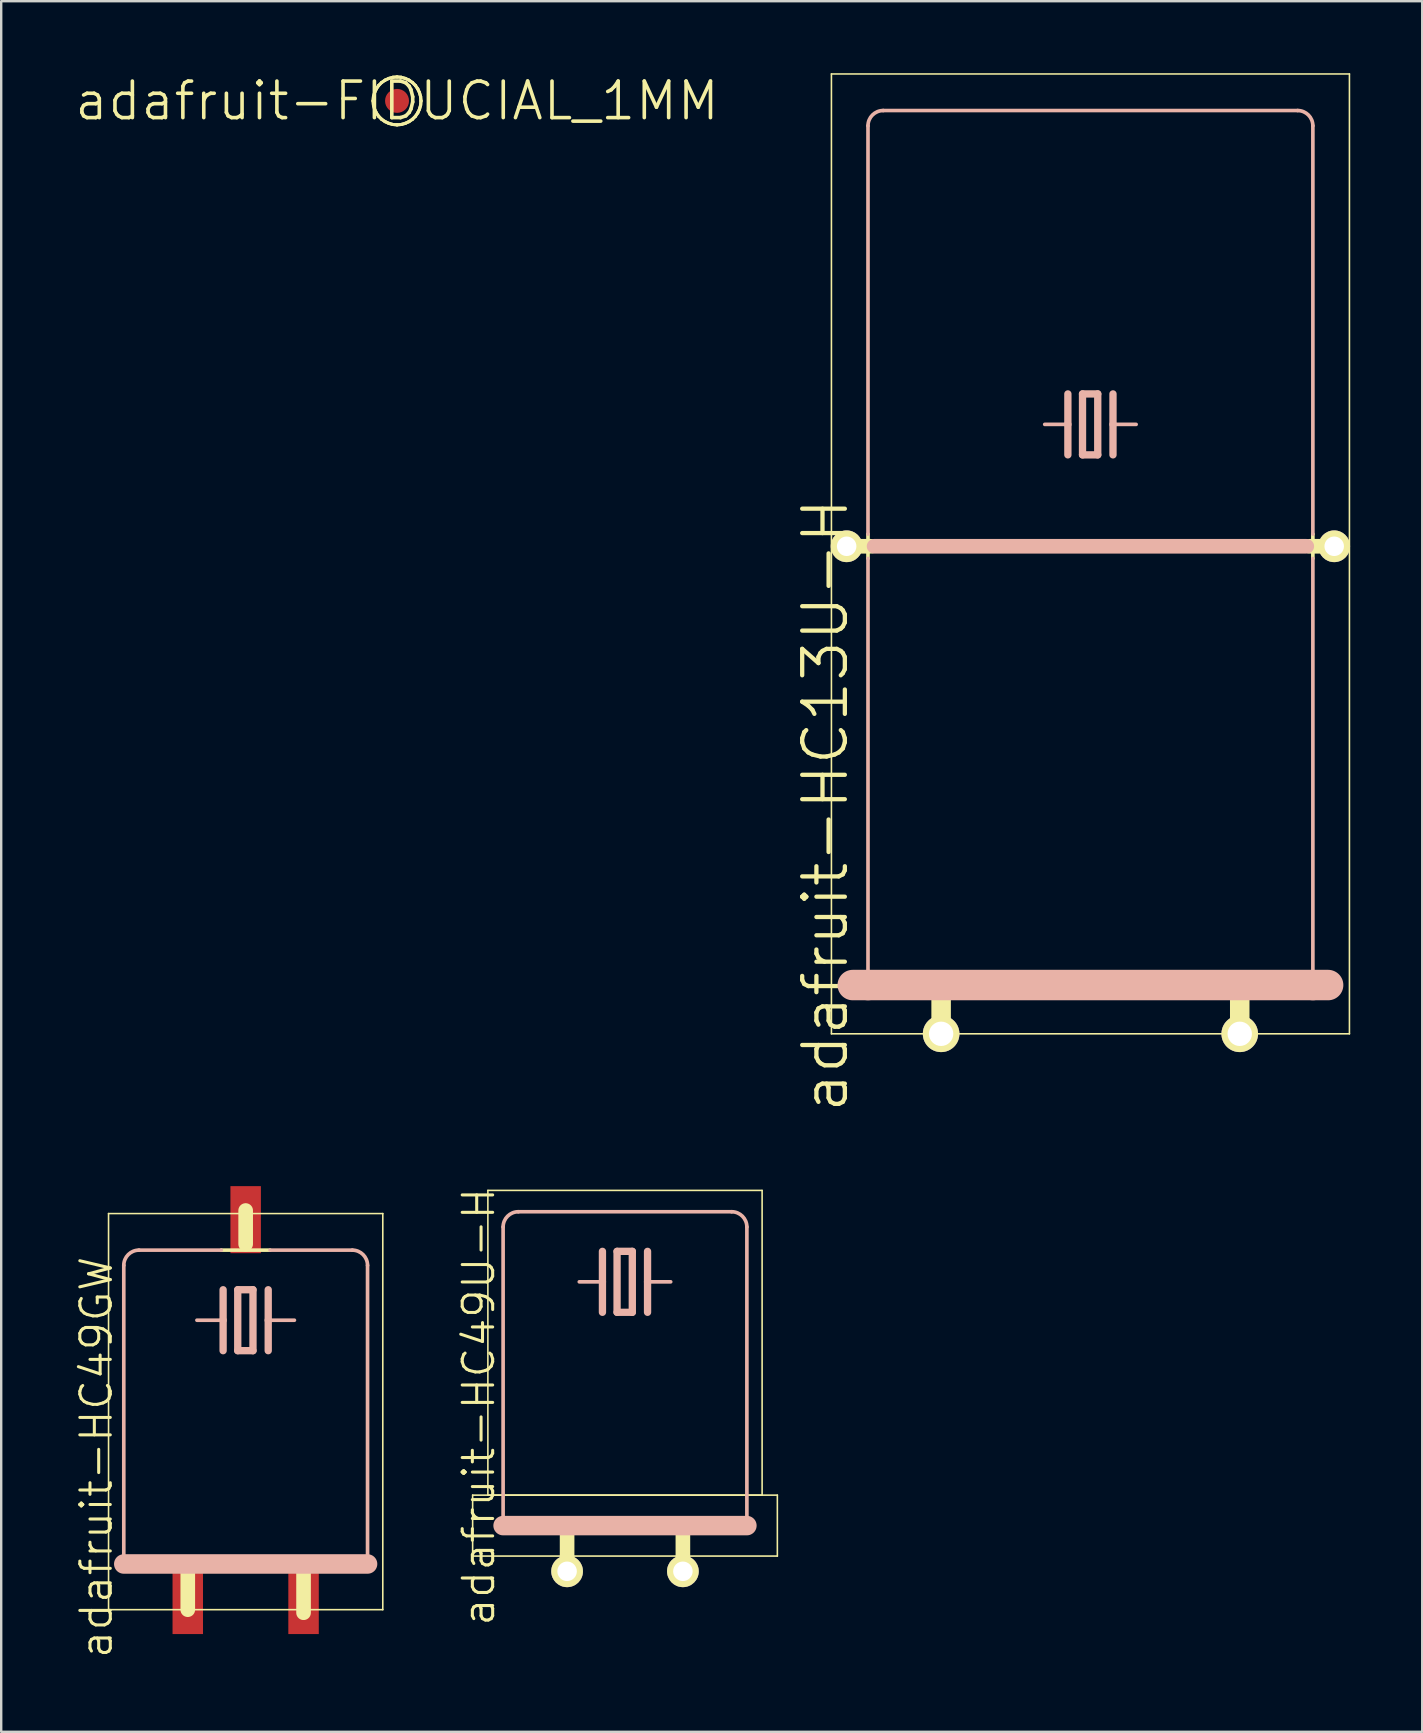
<source format=kicad_pcb>
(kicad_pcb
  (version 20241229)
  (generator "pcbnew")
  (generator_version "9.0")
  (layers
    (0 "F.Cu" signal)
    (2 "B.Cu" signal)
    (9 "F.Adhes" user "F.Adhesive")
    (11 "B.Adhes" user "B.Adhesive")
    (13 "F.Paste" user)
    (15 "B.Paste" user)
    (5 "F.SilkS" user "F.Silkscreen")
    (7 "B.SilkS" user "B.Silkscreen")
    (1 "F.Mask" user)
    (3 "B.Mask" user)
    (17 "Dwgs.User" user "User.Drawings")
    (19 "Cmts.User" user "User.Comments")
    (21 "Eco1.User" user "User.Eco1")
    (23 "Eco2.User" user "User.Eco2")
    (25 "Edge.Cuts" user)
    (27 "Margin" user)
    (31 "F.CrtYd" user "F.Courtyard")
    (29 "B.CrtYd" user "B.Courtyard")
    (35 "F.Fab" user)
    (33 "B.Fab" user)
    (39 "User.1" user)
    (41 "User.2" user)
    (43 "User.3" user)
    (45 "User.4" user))
  (footprint "adafruit-HC13U-H"
    (layer "F.Cu")
    (at 42.398 34.958)
    (property "Reference" "adafruit-HC13U-H" (at -11.049 -4.445 90) (layer "F.SilkS") (effects (font (size 1.778 1.778) (thickness 0.178))))
    (attr exclude_from_pos_files exclude_from_bom)
    (fp_line (start -10.795 -34.925) (end 10.795 -34.925) (stroke (width 0.066) (type solid)) (layer "F.SilkS"))
    (fp_line (start -10.795 5.08) (end -10.795 -34.925) (stroke (width 0.066) (type solid)) (layer "F.SilkS"))
    (fp_line (start -10.795 5.08) (end 10.795 5.08) (stroke (width 0.066) (type solid)) (layer "F.SilkS"))
    (fp_line (start -10.16 -15.24) (end -9.144 -15.24) (stroke (width 0.61) (type solid)) (layer "F.SilkS"))
    (fp_line (start -9.271 -15.748) (end -9.271 -14.732) (stroke (width 0.152) (type solid)) (layer "F.SilkS"))
    (fp_line (start -6.223 3.175) (end -6.223 5.08) (stroke (width 0.813) (type solid)) (layer "F.SilkS"))
    (fp_line (start 6.223 3.175) (end 6.223 5.08) (stroke (width 0.813) (type solid)) (layer "F.SilkS"))
    (fp_line (start 9.144 -15.24) (end 10.16 -15.24) (stroke (width 0.61) (type solid)) (layer "F.SilkS"))
    (fp_line (start 9.271 -15.748) (end 9.271 -14.732) (stroke (width 0.152) (type solid)) (layer "F.SilkS"))
    (fp_line (start 10.795 5.08) (end 10.795 -34.925) (stroke (width 0.066) (type solid)) (layer "F.SilkS"))
    (fp_line (start -9.906 3.048) (end -9.271 3.048) (stroke (width 1.27) (type solid)) (layer "B.SilkS"))
    (fp_line (start -9.271 -15.748) (end -9.271 -32.766) (stroke (width 0.152) (type solid)) (layer "B.SilkS"))
    (fp_line (start -9.271 -14.732) (end -9.271 3.048) (stroke (width 0.152) (type solid)) (layer "B.SilkS"))
    (fp_line (start -9.271 3.048) (end 9.271 3.048) (stroke (width 1.27) (type solid)) (layer "B.SilkS"))
    (fp_line (start -9.017 -15.24) (end 9.017 -15.24) (stroke (width 0.61) (type solid)) (layer "B.SilkS"))
    (fp_line (start -0.94 -21.59) (end -0.94 -20.32) (stroke (width 0.305) (type solid)) (layer "B.SilkS"))
    (fp_line (start -0.94 -20.32) (end -1.905 -20.32) (stroke (width 0.152) (type solid)) (layer "B.SilkS"))
    (fp_line (start -0.94 -20.32) (end -0.94 -19.05) (stroke (width 0.305) (type solid)) (layer "B.SilkS"))
    (fp_line (start -0.33 -21.59) (end -0.33 -19.05) (stroke (width 0.305) (type solid)) (layer "B.SilkS"))
    (fp_line (start -0.33 -19.05) (end 0.305 -19.05) (stroke (width 0.305) (type solid)) (layer "B.SilkS"))
    (fp_line (start 0.305 -21.59) (end -0.33 -21.59) (stroke (width 0.305) (type solid)) (layer "B.SilkS"))
    (fp_line (start 0.305 -19.05) (end 0.305 -21.59) (stroke (width 0.305) (type solid)) (layer "B.SilkS"))
    (fp_line (start 0.94 -21.59) (end 0.94 -20.32) (stroke (width 0.305) (type solid)) (layer "B.SilkS"))
    (fp_line (start 0.94 -20.32) (end 0.94 -19.05) (stroke (width 0.305) (type solid)) (layer "B.SilkS"))
    (fp_line (start 0.94 -20.32) (end 1.905 -20.32) (stroke (width 0.152) (type solid)) (layer "B.SilkS"))
    (fp_line (start 8.636 -33.401) (end -8.636 -33.401) (stroke (width 0.152) (type solid)) (layer "B.SilkS"))
    (fp_line (start 9.271 -15.748) (end 9.271 -32.766) (stroke (width 0.152) (type solid)) (layer "B.SilkS"))
    (fp_line (start 9.271 -14.732) (end 9.271 3.048) (stroke (width 0.152) (type solid)) (layer "B.SilkS"))
    (fp_line (start 9.271 3.048) (end 9.906 3.048) (stroke (width 1.27) (type solid)) (layer "B.SilkS"))
    (fp_arc (start -9.271 -32.766) (mid -9.085013 -33.215013) (end -8.636 -33.401) (stroke (width 0.1524) (type solid)) (layer "B.SilkS"))
    (fp_arc (start 8.636 -33.401) (mid 9.085013 -33.215013) (end 9.271 -32.766) (stroke (width 0.1524) (type solid)) (layer "B.SilkS"))
    (pad "1" thru_hole circle (at -6.223 5.08) (size 1.524 1.524) (drill 1.016) (layers "*.Cu" "F.Mask" "F.SilkS" "F.Paste"))
    (pad "2" thru_hole circle (at 6.223 5.08) (size 1.524 1.524) (drill 1.016) (layers "*.Cu" "F.Mask" "F.SilkS" "F.Paste"))
    (pad "M" thru_hole circle (at -10.16 -15.24) (size 1.321 1.321) (drill 0.813) (layers "*.Cu" "F.Mask" "F.SilkS" "F.Paste"))
    (pad "M1" thru_hole circle (at 10.16 -15.24) (size 1.321 1.321) (drill 0.813) (layers "*.Cu" "F.Mask" "F.SilkS" "F.Paste")))
  (footprint "adafruit-HC49U-H"
    (layer "F.Cu")
    (at 22.999 57.36)
    (property "Reference" "adafruit-HC49U-H" (at -6.096 -1.778 90) (layer "F.SilkS") (effects (font (size 1.27 1.27) (thickness 0.127))))
    (attr exclude_from_pos_files exclude_from_bom)
    (fp_line (start -6.35 1.905) (end 6.35 1.905) (stroke (width 0.066) (type solid)) (layer "F.SilkS"))
    (fp_line (start -6.35 4.445) (end -6.35 1.905) (stroke (width 0.066) (type solid)) (layer "F.SilkS"))
    (fp_line (start -6.35 4.445) (end 6.35 4.445) (stroke (width 0.066) (type solid)) (layer "F.SilkS"))
    (fp_line (start -5.715 -10.795) (end 5.715 -10.795) (stroke (width 0.066) (type solid)) (layer "F.SilkS"))
    (fp_line (start -5.715 1.905) (end -5.715 -10.795) (stroke (width 0.066) (type solid)) (layer "F.SilkS"))
    (fp_line (start -5.715 1.905) (end 5.715 1.905) (stroke (width 0.066) (type solid)) (layer "F.SilkS"))
    (fp_line (start -2.413 3.302) (end -2.413 5.08) (stroke (width 0.61) (type solid)) (layer "F.SilkS"))
    (fp_line (start 2.413 3.302) (end 2.413 5.08) (stroke (width 0.61) (type solid)) (layer "F.SilkS"))
    (fp_line (start 5.715 1.905) (end 5.715 -10.795) (stroke (width 0.066) (type solid)) (layer "F.SilkS"))
    (fp_line (start 6.35 4.445) (end 6.35 1.905) (stroke (width 0.066) (type solid)) (layer "F.SilkS"))
    (fp_line (start -5.08 -9.271) (end -5.08 3.175) (stroke (width 0.152) (type solid)) (layer "B.SilkS"))
    (fp_line (start -5.08 3.175) (end 5.08 3.175) (stroke (width 0.813) (type solid)) (layer "B.SilkS"))
    (fp_line (start -0.94 -8.255) (end -0.94 -6.985) (stroke (width 0.305) (type solid)) (layer "B.SilkS"))
    (fp_line (start -0.94 -6.985) (end -1.905 -6.985) (stroke (width 0.152) (type solid)) (layer "B.SilkS"))
    (fp_line (start -0.94 -6.985) (end -0.94 -5.715) (stroke (width 0.305) (type solid)) (layer "B.SilkS"))
    (fp_line (start -0.33 -8.255) (end -0.33 -5.715) (stroke (width 0.305) (type solid)) (layer "B.SilkS"))
    (fp_line (start -0.33 -5.715) (end 0.305 -5.715) (stroke (width 0.305) (type solid)) (layer "B.SilkS"))
    (fp_line (start 0.305 -8.255) (end -0.33 -8.255) (stroke (width 0.305) (type solid)) (layer "B.SilkS"))
    (fp_line (start 0.305 -5.715) (end 0.305 -8.255) (stroke (width 0.305) (type solid)) (layer "B.SilkS"))
    (fp_line (start 0.94 -8.255) (end 0.94 -6.985) (stroke (width 0.305) (type solid)) (layer "B.SilkS"))
    (fp_line (start 0.94 -6.985) (end 0.94 -5.715) (stroke (width 0.305) (type solid)) (layer "B.SilkS"))
    (fp_line (start 0.94 -6.985) (end 1.905 -6.985) (stroke (width 0.152) (type solid)) (layer "B.SilkS"))
    (fp_line (start 4.445 -9.906) (end -4.445 -9.906) (stroke (width 0.152) (type solid)) (layer "B.SilkS"))
    (fp_line (start 5.08 3.175) (end 5.08 -9.271) (stroke (width 0.152) (type solid)) (layer "B.SilkS"))
    (fp_arc (start -5.08 -9.271) (mid -4.894013 -9.720013) (end -4.445 -9.906) (stroke (width 0.1524) (type solid)) (layer "B.SilkS"))
    (fp_arc (start 4.445 -9.906) (mid 4.894013 -9.720013) (end 5.08 -9.271) (stroke (width 0.1524) (type solid)) (layer "B.SilkS"))
    (pad "1" thru_hole circle (at -2.413 5.08) (size 1.321 1.321) (drill 0.813) (layers "*.Cu" "F.Mask" "F.SilkS" "F.Paste"))
    (pad "2" thru_hole circle (at 2.413 5.08) (size 1.321 1.321) (drill 0.813) (layers "*.Cu" "F.Mask" "F.SilkS" "F.Paste")))
  (footprint "adafruit-HC49GW"
    (layer "F.Cu")
    (at 7.189 55.785)
    (property "Reference" "adafruit-HC49GW" (at -6.223 1.905 90) (layer "F.SilkS") (effects (font (size 1.27 1.27) (thickness 0.127))))
    (attr smd)
    (fp_line (start -5.715 -8.255) (end 5.715 -8.255) (stroke (width 0.066) (type solid)) (layer "F.SilkS"))
    (fp_line (start -5.715 8.255) (end -5.715 -8.255) (stroke (width 0.066) (type solid)) (layer "F.SilkS"))
    (fp_line (start -5.715 8.255) (end 5.715 8.255) (stroke (width 0.066) (type solid)) (layer "F.SilkS"))
    (fp_line (start -2.413 6.604) (end -2.413 8.255) (stroke (width 0.61) (type solid)) (layer "F.SilkS"))
    (fp_line (start 0 -8.382) (end 0 -6.985) (stroke (width 0.61) (type solid)) (layer "F.SilkS"))
    (fp_line (start 1.016 -6.731) (end -1.016 -6.731) (stroke (width 0.152) (type solid)) (layer "F.SilkS"))
    (fp_line (start 2.413 6.477) (end 2.413 8.382) (stroke (width 0.61) (type solid)) (layer "F.SilkS"))
    (fp_line (start 5.715 8.255) (end 5.715 -8.255) (stroke (width 0.066) (type solid)) (layer "F.SilkS"))
    (fp_line (start -5.08 -6.096) (end -5.08 6.35) (stroke (width 0.152) (type solid)) (layer "B.SilkS"))
    (fp_line (start -5.08 6.35) (end 5.08 6.35) (stroke (width 0.813) (type solid)) (layer "B.SilkS"))
    (fp_line (start -1.016 -6.731) (end -4.445 -6.731) (stroke (width 0.152) (type solid)) (layer "B.SilkS"))
    (fp_line (start -0.94 -5.08) (end -0.94 -3.81) (stroke (width 0.305) (type solid)) (layer "B.SilkS"))
    (fp_line (start -0.94 -3.81) (end -2.032 -3.81) (stroke (width 0.152) (type solid)) (layer "B.SilkS"))
    (fp_line (start -0.94 -3.81) (end -0.94 -2.54) (stroke (width 0.305) (type solid)) (layer "B.SilkS"))
    (fp_line (start -0.33 -5.08) (end -0.33 -2.54) (stroke (width 0.305) (type solid)) (layer "B.SilkS"))
    (fp_line (start -0.33 -2.54) (end 0.305 -2.54) (stroke (width 0.305) (type solid)) (layer "B.SilkS"))
    (fp_line (start 0.305 -5.08) (end -0.33 -5.08) (stroke (width 0.305) (type solid)) (layer "B.SilkS"))
    (fp_line (start 0.305 -2.54) (end 0.305 -5.08) (stroke (width 0.305) (type solid)) (layer "B.SilkS"))
    (fp_line (start 0.94 -5.08) (end 0.94 -3.81) (stroke (width 0.305) (type solid)) (layer "B.SilkS"))
    (fp_line (start 0.94 -3.81) (end 0.94 -2.54) (stroke (width 0.305) (type solid)) (layer "B.SilkS"))
    (fp_line (start 0.94 -3.81) (end 2.032 -3.81) (stroke (width 0.152) (type solid)) (layer "B.SilkS"))
    (fp_line (start 4.445 -6.731) (end 1.016 -6.731) (stroke (width 0.152) (type solid)) (layer "B.SilkS"))
    (fp_line (start 5.08 6.35) (end 5.08 -6.096) (stroke (width 0.152) (type solid)) (layer "B.SilkS"))
    (fp_arc (start -5.08 -6.096) (mid -4.894013 -6.545013) (end -4.445 -6.731) (stroke (width 0.1524) (type solid)) (layer "B.SilkS"))
    (fp_arc (start 4.445 -6.731) (mid 4.894013 -6.545013) (end 5.08 -6.096) (stroke (width 0.1524) (type solid)) (layer "B.SilkS"))
    (pad "1" smd rect (at -2.413 8.001) (size 1.27 2.54) (layers "F.Cu" "F.Mask" "F.Paste"))
    (pad "2" smd rect (at 2.413 8.001) (size 1.27 2.54) (layers "F.Cu" "F.Mask" "F.Paste"))
    (pad "3" smd rect (at 0 -8.001) (size 1.27 2.794) (layers "F.Cu" "F.Mask" "F.Paste")))
  (footprint "adafruit-FIDUCIAL_1MM"
    (layer "F.Cu")
    (at 13.498 1.155)
    (property "Reference" "adafruit-FIDUCIAL_1MM" (at 0 0 0) (layer "F.SilkS") (effects (font (size 1.524 1.524) (thickness 0.15))))
    (attr smd)
    (fp_line (start -0.998 0) (end -0.983 0.173) (stroke (width 0.127) (type solid)) (layer "F.SilkS"))
    (fp_line (start -0.998 0) (end -0.983 0.173) (stroke (width 0.127) (type solid)) (layer "F.SilkS"))
    (fp_line (start -0.983 -0.173) (end -0.998 0) (stroke (width 0.127) (type solid)) (layer "F.SilkS"))
    (fp_line (start -0.983 -0.173) (end -0.998 0) (stroke (width 0.127) (type solid)) (layer "F.SilkS"))
    (fp_line (start -0.983 0.173) (end -0.937 0.34) (stroke (width 0.127) (type solid)) (layer "F.SilkS"))
    (fp_line (start -0.983 0.173) (end -0.937 0.34) (stroke (width 0.127) (type solid)) (layer "F.SilkS"))
    (fp_line (start -0.937 -0.34) (end -0.983 -0.173) (stroke (width 0.127) (type solid)) (layer "F.SilkS"))
    (fp_line (start -0.937 -0.34) (end -0.983 -0.173) (stroke (width 0.127) (type solid)) (layer "F.SilkS"))
    (fp_line (start -0.937 0.34) (end -0.864 0.498) (stroke (width 0.127) (type solid)) (layer "F.SilkS"))
    (fp_line (start -0.937 0.34) (end -0.864 0.498) (stroke (width 0.127) (type solid)) (layer "F.SilkS"))
    (fp_line (start -0.864 -0.498) (end -0.937 -0.34) (stroke (width 0.127) (type solid)) (layer "F.SilkS"))
    (fp_line (start -0.864 -0.498) (end -0.937 -0.34) (stroke (width 0.127) (type solid)) (layer "F.SilkS"))
    (fp_line (start -0.864 0.498) (end -0.765 0.643) (stroke (width 0.127) (type solid)) (layer "F.SilkS"))
    (fp_line (start -0.864 0.498) (end -0.765 0.643) (stroke (width 0.127) (type solid)) (layer "F.SilkS"))
    (fp_line (start -0.765 -0.643) (end -0.864 -0.498) (stroke (width 0.127) (type solid)) (layer "F.SilkS"))
    (fp_line (start -0.765 -0.643) (end -0.864 -0.498) (stroke (width 0.127) (type solid)) (layer "F.SilkS"))
    (fp_line (start -0.765 0.643) (end -0.643 0.765) (stroke (width 0.127) (type solid)) (layer "F.SilkS"))
    (fp_line (start -0.765 0.643) (end -0.643 0.765) (stroke (width 0.127) (type solid)) (layer "F.SilkS"))
    (fp_line (start -0.643 -0.765) (end -0.765 -0.643) (stroke (width 0.127) (type solid)) (layer "F.SilkS"))
    (fp_line (start -0.643 -0.765) (end -0.765 -0.643) (stroke (width 0.127) (type solid)) (layer "F.SilkS"))
    (fp_line (start -0.643 0.765) (end -0.498 0.864) (stroke (width 0.127) (type solid)) (layer "F.SilkS"))
    (fp_line (start -0.643 0.765) (end -0.498 0.864) (stroke (width 0.127) (type solid)) (layer "F.SilkS"))
    (fp_line (start -0.498 -0.864) (end -0.643 -0.765) (stroke (width 0.127) (type solid)) (layer "F.SilkS"))
    (fp_line (start -0.498 -0.864) (end -0.643 -0.765) (stroke (width 0.127) (type solid)) (layer "F.SilkS"))
    (fp_line (start -0.498 0.864) (end -0.34 0.937) (stroke (width 0.127) (type solid)) (layer "F.SilkS"))
    (fp_line (start -0.498 0.864) (end -0.34 0.937) (stroke (width 0.127) (type solid)) (layer "F.SilkS"))
    (fp_line (start -0.34 -0.937) (end -0.498 -0.864) (stroke (width 0.127) (type solid)) (layer "F.SilkS"))
    (fp_line (start -0.34 -0.937) (end -0.498 -0.864) (stroke (width 0.127) (type solid)) (layer "F.SilkS"))
    (fp_line (start -0.34 0.937) (end -0.173 0.983) (stroke (width 0.127) (type solid)) (layer "F.SilkS"))
    (fp_line (start -0.34 0.937) (end -0.173 0.983) (stroke (width 0.127) (type solid)) (layer "F.SilkS"))
    (fp_line (start -0.173 -0.983) (end -0.34 -0.937) (stroke (width 0.127) (type solid)) (layer "F.SilkS"))
    (fp_line (start -0.173 -0.983) (end -0.34 -0.937) (stroke (width 0.127) (type solid)) (layer "F.SilkS"))
    (fp_line (start -0.173 0.983) (end 0 0.998) (stroke (width 0.127) (type solid)) (layer "F.SilkS"))
    (fp_line (start -0.173 0.983) (end 0 0.998) (stroke (width 0.127) (type solid)) (layer "F.SilkS"))
    (fp_line (start 0 -0.998) (end -0.173 -0.983) (stroke (width 0.127) (type solid)) (layer "F.SilkS"))
    (fp_line (start 0 -0.998) (end -0.173 -0.983) (stroke (width 0.127) (type solid)) (layer "F.SilkS"))
    (fp_line (start 0 0.998) (end 0.173 0.983) (stroke (width 0.127) (type solid)) (layer "F.SilkS"))
    (fp_line (start 0 0.998) (end 0.173 0.983) (stroke (width 0.127) (type solid)) (layer "F.SilkS"))
    (fp_line (start 0.173 -0.983) (end 0 -0.998) (stroke (width 0.127) (type solid)) (layer "F.SilkS"))
    (fp_line (start 0.173 -0.983) (end 0 -0.998) (stroke (width 0.127) (type solid)) (layer "F.SilkS"))
    (fp_line (start 0.173 0.983) (end 0.34 0.937) (stroke (width 0.127) (type solid)) (layer "F.SilkS"))
    (fp_line (start 0.173 0.983) (end 0.34 0.937) (stroke (width 0.127) (type solid)) (layer "F.SilkS"))
    (fp_line (start 0.34 -0.937) (end 0.173 -0.983) (stroke (width 0.127) (type solid)) (layer "F.SilkS"))
    (fp_line (start 0.34 -0.937) (end 0.173 -0.983) (stroke (width 0.127) (type solid)) (layer "F.SilkS"))
    (fp_line (start 0.34 0.937) (end 0.498 0.864) (stroke (width 0.127) (type solid)) (layer "F.SilkS"))
    (fp_line (start 0.34 0.937) (end 0.498 0.864) (stroke (width 0.127) (type solid)) (layer "F.SilkS"))
    (fp_line (start 0.498 -0.864) (end 0.34 -0.937) (stroke (width 0.127) (type solid)) (layer "F.SilkS"))
    (fp_line (start 0.498 -0.864) (end 0.34 -0.937) (stroke (width 0.127) (type solid)) (layer "F.SilkS"))
    (fp_line (start 0.498 0.864) (end 0.643 0.765) (stroke (width 0.127) (type solid)) (layer "F.SilkS"))
    (fp_line (start 0.498 0.864) (end 0.643 0.765) (stroke (width 0.127) (type solid)) (layer "F.SilkS"))
    (fp_line (start 0.643 -0.765) (end 0.498 -0.864) (stroke (width 0.127) (type solid)) (layer "F.SilkS"))
    (fp_line (start 0.643 -0.765) (end 0.498 -0.864) (stroke (width 0.127) (type solid)) (layer "F.SilkS"))
    (fp_line (start 0.643 0.765) (end 0.765 0.643) (stroke (width 0.127) (type solid)) (layer "F.SilkS"))
    (fp_line (start 0.643 0.765) (end 0.765 0.643) (stroke (width 0.127) (type solid)) (layer "F.SilkS"))
    (fp_line (start 0.765 -0.643) (end 0.643 -0.765) (stroke (width 0.127) (type solid)) (layer "F.SilkS"))
    (fp_line (start 0.765 -0.643) (end 0.643 -0.765) (stroke (width 0.127) (type solid)) (layer "F.SilkS"))
    (fp_line (start 0.765 0.643) (end 0.864 0.498) (stroke (width 0.127) (type solid)) (layer "F.SilkS"))
    (fp_line (start 0.765 0.643) (end 0.864 0.498) (stroke (width 0.127) (type solid)) (layer "F.SilkS"))
    (fp_line (start 0.864 -0.498) (end 0.765 -0.643) (stroke (width 0.127) (type solid)) (layer "F.SilkS"))
    (fp_line (start 0.864 -0.498) (end 0.765 -0.643) (stroke (width 0.127) (type solid)) (layer "F.SilkS"))
    (fp_line (start 0.864 0.498) (end 0.937 0.34) (stroke (width 0.127) (type solid)) (layer "F.SilkS"))
    (fp_line (start 0.864 0.498) (end 0.937 0.34) (stroke (width 0.127) (type solid)) (layer "F.SilkS"))
    (fp_line (start 0.937 -0.34) (end 0.864 -0.498) (stroke (width 0.127) (type solid)) (layer "F.SilkS"))
    (fp_line (start 0.937 -0.34) (end 0.864 -0.498) (stroke (width 0.127) (type solid)) (layer "F.SilkS"))
    (fp_line (start 0.937 0.34) (end 0.983 0.173) (stroke (width 0.127) (type solid)) (layer "F.SilkS"))
    (fp_line (start 0.937 0.34) (end 0.983 0.173) (stroke (width 0.127) (type solid)) (layer "F.SilkS"))
    (fp_line (start 0.983 -0.173) (end 0.937 -0.34) (stroke (width 0.127) (type solid)) (layer "F.SilkS"))
    (fp_line (start 0.983 -0.173) (end 0.937 -0.34) (stroke (width 0.127) (type solid)) (layer "F.SilkS"))
    (fp_line (start 0.983 0.173) (end 0.998 0) (stroke (width 0.127) (type solid)) (layer "F.SilkS"))
    (fp_line (start 0.983 0.173) (end 0.998 0) (stroke (width 0.127) (type solid)) (layer "F.SilkS"))
    (fp_line (start 0.998 0) (end 0.983 -0.173) (stroke (width 0.127) (type solid)) (layer "F.SilkS"))
    (fp_line (start 0.998 0) (end 0.983 -0.173) (stroke (width 0.127) (type solid)) (layer "F.SilkS"))
    (pad "1" smd circle (at 0 0) (size 0.998 0.998) (layers "F.Cu" "F.Mask" "F.Paste")))
  (gr_rect
    (start -3 -3)
    (end 56.226 69.129)
    (stroke (width 0.1) (type default))
    (fill no)
    (layer "Edge.Cuts")))
</source>
